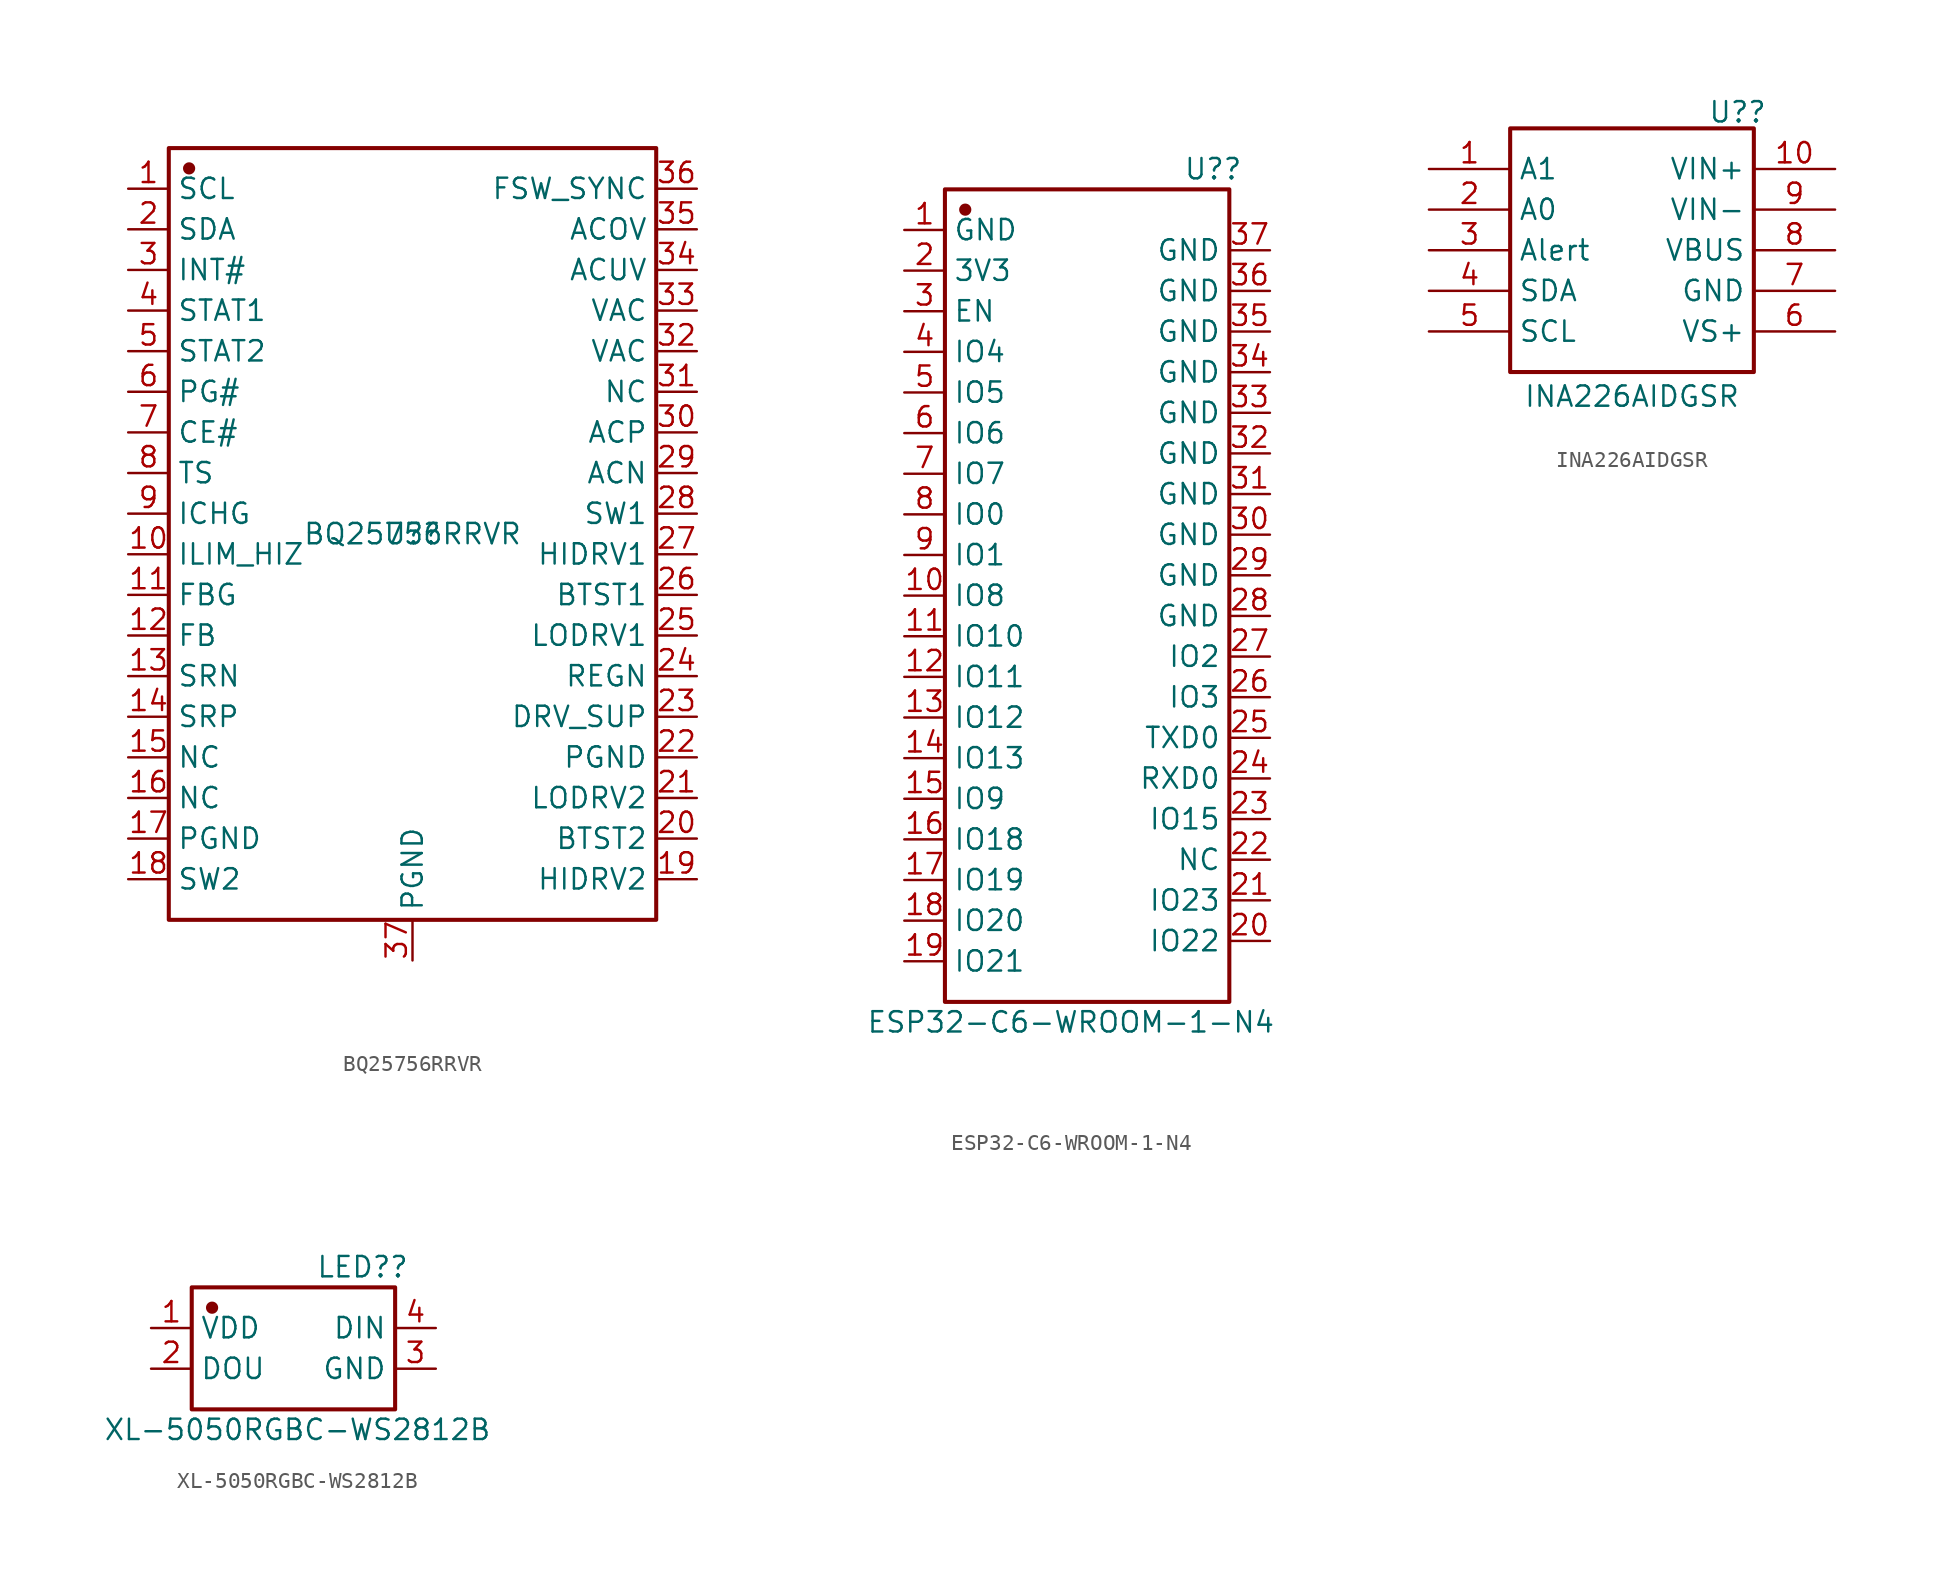
<source format=kicad_sym>
(kicad_symbol_lib
  (version 20231120)
  (generator "kicad_symbol_editor")
  (generator_version "8.0")
  (symbol "BQ25756RRVR"
    (property "Reference" "U?"
      (at 0 0 0)
      (effects (font (size 1.27 1.27))))
    (property "Value" "BQ25756RRVR"
      (at 0 0 0)
      (effects (font (size 1.27 1.27))))
    (symbol "BQ25756RRVR_0_0"
      (rectangle (start -15.24 24.13) (end 15.24 -24.13) (stroke (width 0.254) (type solid)) (fill (type none)))
      (circle (center -13.97 22.86) (radius 0.254) (stroke (width 0.254) (type solid)) (fill (type outline)))
      (pin unspecified line (at -17.78 21.59 0) (length 2.54) (name "SCL" (effects (font (size 1.27 1.27)))) (number "1" (effects (font (size 1.27 1.27)))))
      (pin unspecified line (at -17.78 -1.27 0) (length 2.54) (name "ILIM_HIZ" (effects (font (size 1.27 1.27)))) (number "10" (effects (font (size 1.27 1.27)))))
      (pin unspecified line (at -17.78 -3.81 0) (length 2.54) (name "FBG" (effects (font (size 1.27 1.27)))) (number "11" (effects (font (size 1.27 1.27)))))
      (pin unspecified line (at -17.78 -6.35 0) (length 2.54) (name "FB" (effects (font (size 1.27 1.27)))) (number "12" (effects (font (size 1.27 1.27)))))
      (pin unspecified line (at -17.78 -8.89 0) (length 2.54) (name "SRN" (effects (font (size 1.27 1.27)))) (number "13" (effects (font (size 1.27 1.27)))))
      (pin unspecified line (at -17.78 -11.43 0) (length 2.54) (name "SRP" (effects (font (size 1.27 1.27)))) (number "14" (effects (font (size 1.27 1.27)))))
      (pin unspecified line (at -17.78 -13.97 0) (length 2.54) (name "NC" (effects (font (size 1.27 1.27)))) (number "15" (effects (font (size 1.27 1.27)))))
      (pin unspecified line (at -17.78 -16.51 0) (length 2.54) (name "NC" (effects (font (size 1.27 1.27)))) (number "16" (effects (font (size 1.27 1.27)))))
      (pin unspecified line (at -17.78 -19.05 0) (length 2.54) (name "PGND" (effects (font (size 1.27 1.27)))) (number "17" (effects (font (size 1.27 1.27)))))
      (pin unspecified line (at -17.78 -21.59 0) (length 2.54) (name "SW2" (effects (font (size 1.27 1.27)))) (number "18" (effects (font (size 1.27 1.27)))))
      (pin unspecified line (at 17.78 -21.59 180) (length 2.54) (name "HIDRV2" (effects (font (size 1.27 1.27)))) (number "19" (effects (font (size 1.27 1.27)))))
      (pin unspecified line (at -17.78 19.05 0) (length 2.54) (name "SDA" (effects (font (size 1.27 1.27)))) (number "2" (effects (font (size 1.27 1.27)))))
      (pin unspecified line (at 17.78 -19.05 180) (length 2.54) (name "BTST2" (effects (font (size 1.27 1.27)))) (number "20" (effects (font (size 1.27 1.27)))))
      (pin unspecified line (at 17.78 -16.51 180) (length 2.54) (name "LODRV2" (effects (font (size 1.27 1.27)))) (number "21" (effects (font (size 1.27 1.27)))))
      (pin unspecified line (at 17.78 -13.97 180) (length 2.54) (name "PGND" (effects (font (size 1.27 1.27)))) (number "22" (effects (font (size 1.27 1.27)))))
      (pin unspecified line (at 17.78 -11.43 180) (length 2.54) (name "DRV_SUP" (effects (font (size 1.27 1.27)))) (number "23" (effects (font (size 1.27 1.27)))))
      (pin unspecified line (at 17.78 -8.89 180) (length 2.54) (name "REGN" (effects (font (size 1.27 1.27)))) (number "24" (effects (font (size 1.27 1.27)))))
      (pin unspecified line (at 17.78 -6.35 180) (length 2.54) (name "LODRV1" (effects (font (size 1.27 1.27)))) (number "25" (effects (font (size 1.27 1.27)))))
      (pin unspecified line (at 17.78 -3.81 180) (length 2.54) (name "BTST1" (effects (font (size 1.27 1.27)))) (number "26" (effects (font (size 1.27 1.27)))))
      (pin unspecified line (at 17.78 -1.27 180) (length 2.54) (name "HIDRV1" (effects (font (size 1.27 1.27)))) (number "27" (effects (font (size 1.27 1.27)))))
      (pin unspecified line (at 17.78 1.27 180) (length 2.54) (name "SW1" (effects (font (size 1.27 1.27)))) (number "28" (effects (font (size 1.27 1.27)))))
      (pin unspecified line (at 17.78 3.81 180) (length 2.54) (name "ACN" (effects (font (size 1.27 1.27)))) (number "29" (effects (font (size 1.27 1.27)))))
      (pin unspecified line (at -17.78 16.51 0) (length 2.54) (name "INT#" (effects (font (size 1.27 1.27)))) (number "3" (effects (font (size 1.27 1.27)))))
      (pin unspecified line (at 17.78 6.35 180) (length 2.54) (name "ACP" (effects (font (size 1.27 1.27)))) (number "30" (effects (font (size 1.27 1.27)))))
      (pin unspecified line (at 17.78 8.89 180) (length 2.54) (name "NC" (effects (font (size 1.27 1.27)))) (number "31" (effects (font (size 1.27 1.27)))))
      (pin unspecified line (at 17.78 11.43 180) (length 2.54) (name "VAC" (effects (font (size 1.27 1.27)))) (number "32" (effects (font (size 1.27 1.27)))))
      (pin unspecified line (at 17.78 13.97 180) (length 2.54) (name "VAC" (effects (font (size 1.27 1.27)))) (number "33" (effects (font (size 1.27 1.27)))))
      (pin unspecified line (at 17.78 16.51 180) (length 2.54) (name "ACUV" (effects (font (size 1.27 1.27)))) (number "34" (effects (font (size 1.27 1.27)))))
      (pin unspecified line (at 17.78 19.05 180) (length 2.54) (name "ACOV" (effects (font (size 1.27 1.27)))) (number "35" (effects (font (size 1.27 1.27)))))
      (pin unspecified line (at 17.78 21.59 180) (length 2.54) (name "FSW_SYNC" (effects (font (size 1.27 1.27)))) (number "36" (effects (font (size 1.27 1.27)))))
      (pin unspecified line (at 0 -26.67 90) (length 2.54) (name "PGND" (effects (font (size 1.27 1.27)))) (number "37" (effects (font (size 1.27 1.27)))))
      (pin unspecified line (at -17.78 13.97 0) (length 2.54) (name "STAT1" (effects (font (size 1.27 1.27)))) (number "4" (effects (font (size 1.27 1.27)))))
      (pin unspecified line (at -17.78 11.43 0) (length 2.54) (name "STAT2" (effects (font (size 1.27 1.27)))) (number "5" (effects (font (size 1.27 1.27)))))
      (pin unspecified line (at -17.78 8.89 0) (length 2.54) (name "PG#" (effects (font (size 1.27 1.27)))) (number "6" (effects (font (size 1.27 1.27)))))
      (pin unspecified line (at -17.78 6.35 0) (length 2.54) (name "CE#" (effects (font (size 1.27 1.27)))) (number "7" (effects (font (size 1.27 1.27)))))
      (pin unspecified line (at -17.78 3.81 0) (length 2.54) (name "TS" (effects (font (size 1.27 1.27)))) (number "8" (effects (font (size 1.27 1.27)))))
      (pin unspecified line (at -17.78 1.27 0) (length 2.54) (name "ICHG" (effects (font (size 1.27 1.27)))) (number "9" (effects (font (size 1.27 1.27)))))))
  (symbol "ESP32-C6-WROOM-1-N4"
    (property "Reference" "U?"
      (at 7.874 26.67 0)
      (effects (font (size 1.27 1.27))))
    (property "Value" "ESP32-C6-WROOM-1-N4"
      (at -1.016 -26.67 0)
      (effects (font (size 1.27 1.27))))
    (symbol "ESP32-C6-WROOM-1-N4_0_0"
      (rectangle (start -8.89 25.4) (end 8.89 -25.4) (stroke (width 0.254) (type solid)) (fill (type none)))
      (circle (center -7.62 24.13) (radius 0.254) (stroke (width 0.254) (type solid)) (fill (type outline)))
      (pin unspecified line (at -11.43 22.86 0) (length 2.54) (name "GND" (effects (font (size 1.27 1.27)))) (number "1" (effects (font (size 1.27 1.27)))))
      (pin unspecified line (at -11.43 0 0) (length 2.54) (name "IO8" (effects (font (size 1.27 1.27)))) (number "10" (effects (font (size 1.27 1.27)))))
      (pin unspecified line (at -11.43 -2.54 0) (length 2.54) (name "IO10" (effects (font (size 1.27 1.27)))) (number "11" (effects (font (size 1.27 1.27)))))
      (pin unspecified line (at -11.43 -5.08 0) (length 2.54) (name "IO11" (effects (font (size 1.27 1.27)))) (number "12" (effects (font (size 1.27 1.27)))))
      (pin unspecified line (at -11.43 -7.62 0) (length 2.54) (name "IO12" (effects (font (size 1.27 1.27)))) (number "13" (effects (font (size 1.27 1.27)))))
      (pin unspecified line (at -11.43 -10.16 0) (length 2.54) (name "IO13" (effects (font (size 1.27 1.27)))) (number "14" (effects (font (size 1.27 1.27)))))
      (pin unspecified line (at -11.43 -12.7 0) (length 2.54) (name "IO9" (effects (font (size 1.27 1.27)))) (number "15" (effects (font (size 1.27 1.27)))))
      (pin unspecified line (at -11.43 -15.24 0) (length 2.54) (name "IO18" (effects (font (size 1.27 1.27)))) (number "16" (effects (font (size 1.27 1.27)))))
      (pin unspecified line (at -11.43 -17.78 0) (length 2.54) (name "IO19" (effects (font (size 1.27 1.27)))) (number "17" (effects (font (size 1.27 1.27)))))
      (pin unspecified line (at -11.43 -20.32 0) (length 2.54) (name "IO20" (effects (font (size 1.27 1.27)))) (number "18" (effects (font (size 1.27 1.27)))))
      (pin unspecified line (at -11.43 -22.86 0) (length 2.54) (name "IO21" (effects (font (size 1.27 1.27)))) (number "19" (effects (font (size 1.27 1.27)))))
      (pin unspecified line (at -11.43 20.32 0) (length 2.54) (name "3V3" (effects (font (size 1.27 1.27)))) (number "2" (effects (font (size 1.27 1.27)))))
      (pin unspecified line (at 11.43 -21.59 180) (length 2.54) (name "IO22" (effects (font (size 1.27 1.27)))) (number "20" (effects (font (size 1.27 1.27)))))
      (pin unspecified line (at 11.43 -19.05 180) (length 2.54) (name "IO23" (effects (font (size 1.27 1.27)))) (number "21" (effects (font (size 1.27 1.27)))))
      (pin unspecified line (at 11.43 -16.51 180) (length 2.54) (name "NC" (effects (font (size 1.27 1.27)))) (number "22" (effects (font (size 1.27 1.27)))))
      (pin unspecified line (at 11.43 -13.97 180) (length 2.54) (name "IO15" (effects (font (size 1.27 1.27)))) (number "23" (effects (font (size 1.27 1.27)))))
      (pin unspecified line (at 11.43 -11.43 180) (length 2.54) (name "RXD0" (effects (font (size 1.27 1.27)))) (number "24" (effects (font (size 1.27 1.27)))))
      (pin unspecified line (at 11.43 -8.89 180) (length 2.54) (name "TXD0" (effects (font (size 1.27 1.27)))) (number "25" (effects (font (size 1.27 1.27)))))
      (pin unspecified line (at 11.43 -6.35 180) (length 2.54) (name "IO3" (effects (font (size 1.27 1.27)))) (number "26" (effects (font (size 1.27 1.27)))))
      (pin unspecified line (at 11.43 -3.81 180) (length 2.54) (name "IO2" (effects (font (size 1.27 1.27)))) (number "27" (effects (font (size 1.27 1.27)))))
      (pin unspecified line (at 11.43 -1.27 180) (length 2.54) (name "GND" (effects (font (size 1.27 1.27)))) (number "28" (effects (font (size 1.27 1.27)))))
      (pin unspecified line (at 11.43 1.27 180) (length 2.54) (name "GND" (effects (font (size 1.27 1.27)))) (number "29" (effects (font (size 1.27 1.27)))))
      (pin unspecified line (at -11.43 17.78 0) (length 2.54) (name "EN" (effects (font (size 1.27 1.27)))) (number "3" (effects (font (size 1.27 1.27)))))
      (pin unspecified line (at 11.43 3.81 180) (length 2.54) (name "GND" (effects (font (size 1.27 1.27)))) (number "30" (effects (font (size 1.27 1.27)))))
      (pin unspecified line (at 11.43 6.35 180) (length 2.54) (name "GND" (effects (font (size 1.27 1.27)))) (number "31" (effects (font (size 1.27 1.27)))))
      (pin unspecified line (at 11.43 8.89 180) (length 2.54) (name "GND" (effects (font (size 1.27 1.27)))) (number "32" (effects (font (size 1.27 1.27)))))
      (pin unspecified line (at 11.43 11.43 180) (length 2.54) (name "GND" (effects (font (size 1.27 1.27)))) (number "33" (effects (font (size 1.27 1.27)))))
      (pin unspecified line (at 11.43 13.97 180) (length 2.54) (name "GND" (effects (font (size 1.27 1.27)))) (number "34" (effects (font (size 1.27 1.27)))))
      (pin unspecified line (at 11.43 16.51 180) (length 2.54) (name "GND" (effects (font (size 1.27 1.27)))) (number "35" (effects (font (size 1.27 1.27)))))
      (pin unspecified line (at 11.43 19.05 180) (length 2.54) (name "GND" (effects (font (size 1.27 1.27)))) (number "36" (effects (font (size 1.27 1.27)))))
      (pin unspecified line (at 11.43 21.59 180) (length 2.54) (name "GND" (effects (font (size 1.27 1.27)))) (number "37" (effects (font (size 1.27 1.27)))))
      (pin unspecified line (at -11.43 15.24 0) (length 2.54) (name "IO4" (effects (font (size 1.27 1.27)))) (number "4" (effects (font (size 1.27 1.27)))))
      (pin unspecified line (at -11.43 12.7 0) (length 2.54) (name "IO5" (effects (font (size 1.27 1.27)))) (number "5" (effects (font (size 1.27 1.27)))))
      (pin unspecified line (at -11.43 10.16 0) (length 2.54) (name "IO6" (effects (font (size 1.27 1.27)))) (number "6" (effects (font (size 1.27 1.27)))))
      (pin unspecified line (at -11.43 7.62 0) (length 2.54) (name "IO7" (effects (font (size 1.27 1.27)))) (number "7" (effects (font (size 1.27 1.27)))))
      (pin unspecified line (at -11.43 5.08 0) (length 2.54) (name "IO0" (effects (font (size 1.27 1.27)))) (number "8" (effects (font (size 1.27 1.27)))))
      (pin unspecified line (at -11.43 2.54 0) (length 2.54) (name "IO1" (effects (font (size 1.27 1.27)))) (number "9" (effects (font (size 1.27 1.27)))))))
  (symbol "INA226AIDGSR"
    (property "Reference" "U?"
      (at 6.604 8.636 0)
      (effects (font (size 1.27 1.27))))
    (property "Value" "INA226AIDGSR"
      (at 0 -9.144 0)
      (effects (font (size 1.27 1.27))))
    (symbol "INA226AIDGSR_0_0"
      (rectangle (start -7.62 7.62) (end 7.62 -7.62) (stroke (width 0.254) (type solid)) (fill (type none)))
      (pin unspecified line (at -12.7 5.08 0) (length 5.08) (name "A1" (effects (font (size 1.27 1.27)))) (number "1" (effects (font (size 1.27 1.27)))))
      (pin unspecified line (at 12.7 5.08 180) (length 5.08) (name "VIN+" (effects (font (size 1.27 1.27)))) (number "10" (effects (font (size 1.27 1.27)))))
      (pin unspecified line (at -12.7 2.54 0) (length 5.08) (name "A0" (effects (font (size 1.27 1.27)))) (number "2" (effects (font (size 1.27 1.27)))))
      (pin unspecified line (at -12.7 0 0) (length 5.08) (name "Alert" (effects (font (size 1.27 1.27)))) (number "3" (effects (font (size 1.27 1.27)))))
      (pin unspecified line (at -12.7 -2.54 0) (length 5.08) (name "SDA" (effects (font (size 1.27 1.27)))) (number "4" (effects (font (size 1.27 1.27)))))
      (pin unspecified line (at -12.7 -5.08 0) (length 5.08) (name "SCL" (effects (font (size 1.27 1.27)))) (number "5" (effects (font (size 1.27 1.27)))))
      (pin unspecified line (at 12.7 -5.08 180) (length 5.08) (name "VS+" (effects (font (size 1.27 1.27)))) (number "6" (effects (font (size 1.27 1.27)))))
      (pin unspecified line (at 12.7 -2.54 180) (length 5.08) (name "GND" (effects (font (size 1.27 1.27)))) (number "7" (effects (font (size 1.27 1.27)))))
      (pin unspecified line (at 12.7 0 180) (length 5.08) (name "VBUS" (effects (font (size 1.27 1.27)))) (number "8" (effects (font (size 1.27 1.27)))))
      (pin unspecified line (at 12.7 2.54 180) (length 5.08) (name "VIN-" (effects (font (size 1.27 1.27)))) (number "9" (effects (font (size 1.27 1.27)))))))
  (symbol "XL-5050RGBC-WS2812B"
    (property "Reference" "LED?"
      (at 4.318 5.08 0)
      (effects (font (size 1.27 1.27))))
    (property "Value" "XL-5050RGBC-WS2812B"
      (at 0.254 -5.08 0)
      (effects (font (size 1.27 1.27))))
    (symbol "XL-5050RGBC-WS2812B_0_0"
      (rectangle (start -6.35 3.81) (end 6.35 -3.81) (stroke (width 0.254) (type solid)) (fill (type none)))
      (circle (center -5.08 2.54) (radius 0.254) (stroke (width 0.254) (type solid)) (fill (type outline)))
      (pin unspecified line (at -8.89 1.27 0) (length 2.54) (name "VDD" (effects (font (size 1.27 1.27)))) (number "1" (effects (font (size 1.27 1.27)))))
      (pin unspecified line (at -8.89 -1.27 0) (length 2.54) (name "DOU" (effects (font (size 1.27 1.27)))) (number "2" (effects (font (size 1.27 1.27)))))
      (pin unspecified line (at 8.89 -1.27 180) (length 2.54) (name "GND" (effects (font (size 1.27 1.27)))) (number "3" (effects (font (size 1.27 1.27)))))
      (pin unspecified line (at 8.89 1.27 180) (length 2.54) (name "DIN" (effects (font (size 1.27 1.27)))) (number "4" (effects (font (size 1.27 1.27))))))))
</source>
